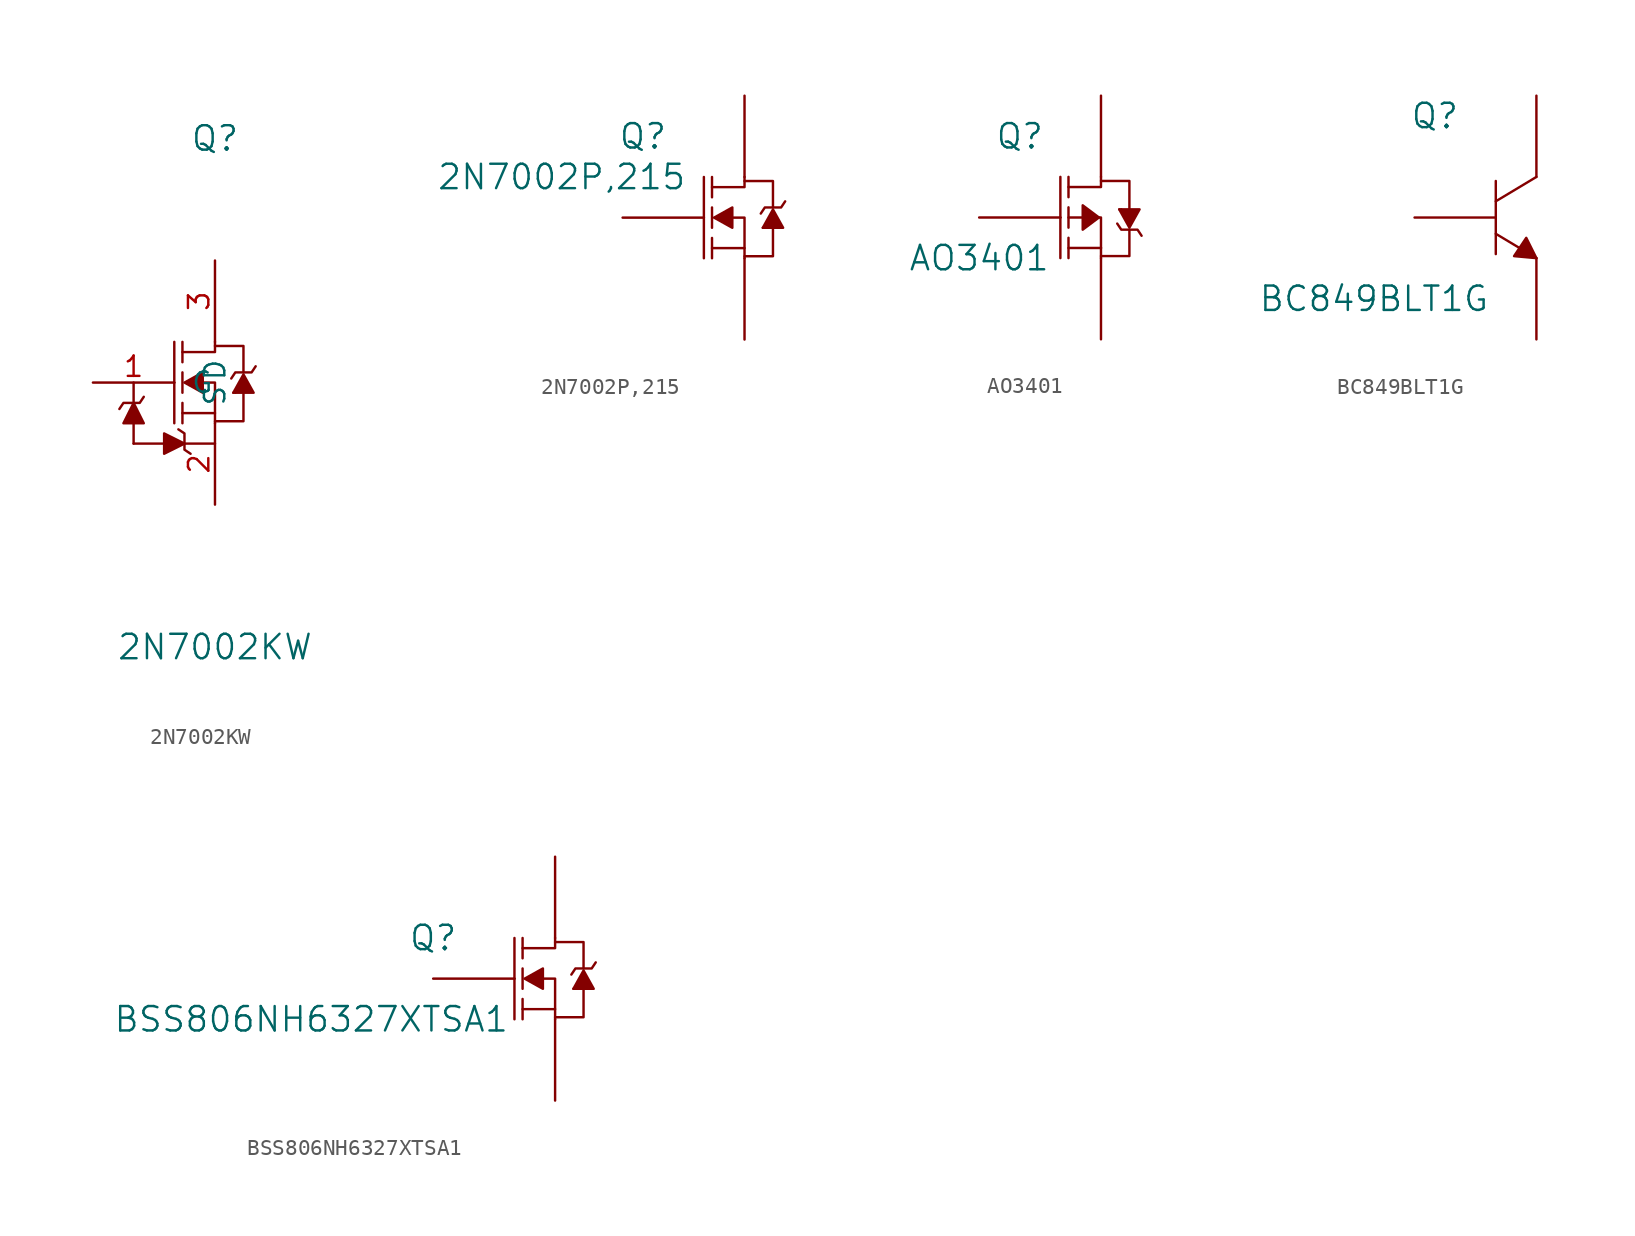
<source format=kicad_sym>
(kicad_symbol_lib
  (version 20231120)
  (generator "kicad_symbol_editor")
  (generator_version "8.0")
  (symbol "2N7002KW"
    (pin_names
      (offset 1.016))
    (property "Reference" "Q"
      (at 0 10.16 0)
      (effects (font (size 1.524 1.524))))
    (property "Value" "2N7002KW"
      (at 0 -21.59 0)
      (effects (font (size 1.524 1.524))))
    (symbol "2N7002KW_0_1"
      (rectangle (start -5.08 -8.89) (end -3.175 -8.89) (stroke (width 0) (type default)) (fill (type none)))
      (rectangle (start -5.08 -7.62) (end -5.08 -8.89) (stroke (width 0) (type default)) (fill (type none)))
      (rectangle (start -5.08 -5.08) (end -5.08 -6.35) (stroke (width 0) (type default)) (fill (type none)))
      (rectangle (start -1.905 -8.89) (end 0 -8.89) (stroke (width 0) (type default)) (fill (type none)))
      (polyline (pts (xy -5.08 -6.35) (xy -5.715 -7.62) (xy -4.445 -7.62) (xy -5.08 -6.35)) (stroke (width 0) (type default)) (fill (type outline))))
    (symbol "2N7002KW_1_1"
      (polyline (pts (xy -2.54 -5.08) (xy -2.54 -7.62)) (stroke (width 0) (type default)) (fill (type none)))
      (polyline (pts (xy -2.54 -5.08) (xy -2.54 -2.54)) (stroke (width 0) (type default)) (fill (type none)))
      (polyline (pts (xy -2.032 -6.35) (xy -2.032 -7.62)) (stroke (width 0) (type default)) (fill (type none)))
      (polyline (pts (xy -2.032 -5.715) (xy -2.032 -4.445)) (stroke (width 0) (type default)) (fill (type none)))
      (polyline (pts (xy -2.032 -3.81) (xy -2.032 -2.54)) (stroke (width 0) (type default)) (fill (type none)))
      (polyline (pts (xy 0 -7.62) (xy 0 -6.985)) (stroke (width 0) (type default)) (fill (type none)))
      (polyline (pts (xy 1.27 -5.715) (xy 1.143 -5.715)) (stroke (width 0) (type default)) (fill (type none)))
      (polyline (pts (xy -2.032 -3.175) (xy 0 -3.175) (xy 0 -2.54)) (stroke (width 0) (type default)) (fill (type none)))
      (polyline (pts (xy 1.778 -5.715) (xy 1.778 -7.493) (xy 0 -7.493)) (stroke (width 0) (type default)) (fill (type none)))
      (polyline (pts (xy 1.778 -4.445) (xy 1.778 -2.794) (xy 0 -2.794)) (stroke (width 0) (type default)) (fill (type none)))
      (polyline (pts (xy -5.969 -6.731) (xy -5.715 -6.35) (xy -4.699 -6.35) (xy -4.445 -5.969)) (stroke (width 0) (type default)) (fill (type none)))
      (polyline (pts (xy -2.286 -8.001) (xy -1.905 -8.255) (xy -1.905 -9.271) (xy -1.524 -9.525)) (stroke (width 0) (type default)) (fill (type none)))
      (polyline (pts (xy -2.032 -6.985) (xy 0 -6.985) (xy 0 -5.08) (xy -0.762 -5.08)) (stroke (width 0) (type default)) (fill (type none)))
      (polyline (pts (xy -1.905 -8.89) (xy -3.175 -8.255) (xy -3.175 -9.525) (xy -1.905 -8.89)) (stroke (width 0) (type default)) (fill (type outline)))
      (polyline (pts (xy -1.905 -5.08) (xy -0.762 -4.445) (xy -0.762 -5.715) (xy -1.905 -5.08)) (stroke (width 0) (type default)) (fill (type outline)))
      (polyline (pts (xy 1.016 -4.826) (xy 1.27 -4.445) (xy 2.286 -4.445) (xy 2.54 -4.064)) (stroke (width 0) (type default)) (fill (type none)))
      (polyline (pts (xy 1.143 -5.715) (xy 1.778 -4.572) (xy 2.413 -5.715) (xy 1.27 -5.715)) (stroke (width 0) (type default)) (fill (type outline)))
      (pin input line (at -7.62 -5.08 0) (length 5.08) (name "G" (effects (font (size 1.27 1.27)))) (number "1" (effects (font (size 1.27 1.27)))))
      (pin input line (at 0 -12.7 90) (length 5.08) (name "S" (effects (font (size 1.27 1.27)))) (number "2" (effects (font (size 1.27 1.27)))))
      (pin input line (at 0 2.54 270) (length 5.08) (name "D" (effects (font (size 1.27 1.27)))) (number "3" (effects (font (size 1.27 1.27)))))))
  (symbol "2N7002P,215"
    (pin_numbers hide)
    (pin_names
      (offset 0) hide)
    (property "Reference" "Q"
      (at -3.81 5.08 0)
      (effects (font (size 1.524 1.524))))
    (property "Value" "2N7002P,215"
      (at -8.89 2.54 0)
      (effects (font (size 1.524 1.524))))
    (symbol "2N7002P,215_0_1"
      (polyline (pts (xy 0 0) (xy 0 -2.54)) (stroke (width 0) (type default)) (fill (type none)))
      (polyline (pts (xy 0 0) (xy 0 2.54)) (stroke (width 0) (type default)) (fill (type none)))
      (polyline (pts (xy 0.508 -1.27) (xy 0.508 -2.54)) (stroke (width 0) (type default)) (fill (type none)))
      (polyline (pts (xy 0.508 -0.635) (xy 0.508 0.635)) (stroke (width 0) (type default)) (fill (type none)))
      (polyline (pts (xy 0.508 1.27) (xy 0.508 2.54)) (stroke (width 0) (type default)) (fill (type none)))
      (polyline (pts (xy 2.54 -2.54) (xy 2.54 -1.905)) (stroke (width 0) (type default)) (fill (type none)))
      (polyline (pts (xy 3.81 -0.635) (xy 3.683 -0.635)) (stroke (width 0) (type default)) (fill (type none)))
      (polyline (pts (xy 0.508 1.905) (xy 2.54 1.905) (xy 2.54 2.54)) (stroke (width 0) (type default)) (fill (type none)))
      (polyline (pts (xy 4.318 -0.635) (xy 4.318 -2.413) (xy 2.54 -2.413)) (stroke (width 0) (type default)) (fill (type none)))
      (polyline (pts (xy 4.318 0.635) (xy 4.318 2.286) (xy 2.54 2.286)) (stroke (width 0) (type default)) (fill (type none)))
      (polyline (pts (xy 0.508 -1.905) (xy 2.54 -1.905) (xy 2.54 0) (xy 1.778 0)) (stroke (width 0) (type default)) (fill (type none)))
      (polyline (pts (xy 0.635 0) (xy 1.778 0.635) (xy 1.778 -0.635) (xy 0.635 0)) (stroke (width 0) (type default)) (fill (type outline)))
      (polyline (pts (xy 3.556 0.254) (xy 3.81 0.635) (xy 4.826 0.635) (xy 5.08 1.016)) (stroke (width 0) (type default)) (fill (type none)))
      (polyline (pts (xy 3.683 -0.635) (xy 4.318 0.508) (xy 4.953 -0.635) (xy 3.81 -0.635)) (stroke (width 0) (type default)) (fill (type outline))))
    (symbol "2N7002P,215_1_1"
      (pin input line (at -5.08 0 0) (length 5.08) (name "G" (effects (font (size 1.27 1.27)))) (number "1" (effects (font (size 1.27 1.27)))))
      (pin input line (at 2.54 -7.62 90) (length 5.08) (name "S" (effects (font (size 1.27 1.27)))) (number "2" (effects (font (size 1.27 1.27)))))
      (pin input line (at 2.54 7.62 270) (length 5.08) (name "D" (effects (font (size 1.27 1.27)))) (number "3" (effects (font (size 1.27 1.27)))))))
  (symbol "AO3401"
    (pin_numbers hide)
    (pin_names
      (offset 0) hide)
    (property "Reference" "Q"
      (at -2.54 5.08 0)
      (effects (font (size 1.524 1.524))))
    (property "Value" "AO3401"
      (at -5.08 -2.54 0)
      (effects (font (size 1.524 1.524))))
    (symbol "AO3401_0_1"
      (polyline (pts (xy 0 0) (xy 0 -2.54)) (stroke (width 0) (type default)) (fill (type none)))
      (polyline (pts (xy 0 0) (xy 0 2.54)) (stroke (width 0) (type default)) (fill (type none)))
      (polyline (pts (xy 0.508 -1.905) (xy 2.54 -1.905)) (stroke (width 0) (type default)) (fill (type none)))
      (polyline (pts (xy 0.508 -1.27) (xy 0.508 -2.54)) (stroke (width 0) (type default)) (fill (type none)))
      (polyline (pts (xy 0.508 -0.635) (xy 0.508 0.635)) (stroke (width 0) (type default)) (fill (type none)))
      (polyline (pts (xy 0.508 0) (xy 1.397 0)) (stroke (width 0) (type default)) (fill (type none)))
      (polyline (pts (xy 0.508 1.27) (xy 0.508 2.54)) (stroke (width 0) (type default)) (fill (type none)))
      (polyline (pts (xy 2.54 -2.54) (xy 2.54 -1.905)) (stroke (width 0) (type default)) (fill (type none)))
      (polyline (pts (xy 3.81 0.508) (xy 3.683 0.508)) (stroke (width 0) (type default)) (fill (type none)))
      (polyline (pts (xy 0.508 1.905) (xy 2.54 1.905) (xy 2.54 2.54)) (stroke (width 0) (type default)) (fill (type none)))
      (polyline (pts (xy 2.413 0) (xy 2.54 0) (xy 2.54 -1.905)) (stroke (width 0) (type default)) (fill (type none)))
      (polyline (pts (xy 4.318 -0.762) (xy 4.318 -2.413) (xy 2.54 -2.413)) (stroke (width 0) (type default)) (fill (type none)))
      (polyline (pts (xy 4.318 0.508) (xy 4.318 2.286) (xy 2.54 2.286)) (stroke (width 0) (type default)) (fill (type none)))
      (polyline (pts (xy 2.413 0) (xy 1.397 0.762) (xy 1.397 -0.762) (xy 2.413 0)) (stroke (width 0) (type default)) (fill (type outline)))
      (polyline (pts (xy 3.556 -0.381) (xy 3.81 -0.762) (xy 4.826 -0.762) (xy 5.08 -1.143)) (stroke (width 0) (type default)) (fill (type none)))
      (polyline (pts (xy 3.683 0.508) (xy 4.318 -0.635) (xy 4.953 0.508) (xy 3.81 0.508)) (stroke (width 0) (type default)) (fill (type outline))))
    (symbol "AO3401_1_1"
      (pin input line (at -5.08 0 0) (length 5.08) (name "G" (effects (font (size 1.27 1.27)))) (number "1" (effects (font (size 1.27 1.27)))))
      (pin input line (at 2.54 -7.62 90) (length 5.08) (name "S" (effects (font (size 1.27 1.27)))) (number "2" (effects (font (size 1.27 1.27)))))
      (pin input line (at 2.54 7.62 270) (length 5.08) (name "D" (effects (font (size 1.27 1.27)))) (number "3" (effects (font (size 1.27 1.27)))))))
  (symbol "BC849BLT1G"
    (pin_numbers hide)
    (pin_names
      (offset 0) hide)
    (property "Reference" "Q"
      (at -3.81 6.35 0)
      (effects (font (size 1.524 1.524))))
    (property "Value" "BC849BLT1G"
      (at -7.62 -5.08 0)
      (effects (font (size 1.524 1.524))))
    (symbol "BC849BLT1G_0_1"
      (polyline (pts (xy 0 2.286) (xy 0 -2.286)) (stroke (width 0) (type default)) (fill (type none)))
      (polyline (pts (xy 2.54 -2.54) (xy 0 -1.016)) (stroke (width 0) (type default)) (fill (type none)))
      (polyline (pts (xy 2.54 2.54) (xy 0 1.016)) (stroke (width 0) (type default)) (fill (type none)))
      (polyline (pts (xy 2.54 -2.54) (xy 1.905 -1.27) (xy 1.143 -2.413) (xy 2.54 -2.54)) (stroke (width 0) (type default)) (fill (type outline))))
    (symbol "BC849BLT1G_1_1"
      (pin input line (at -5.08 0 0) (length 5.08) (name "B" (effects (font (size 1.27 1.27)))) (number "1" (effects (font (size 1.27 1.27)))))
      (pin input line (at 2.54 -7.62 90) (length 5.08) (name "E" (effects (font (size 1.27 1.27)))) (number "2" (effects (font (size 1.27 1.27)))))
      (pin input line (at 2.54 7.62 270) (length 5.08) (name "C" (effects (font (size 1.27 1.27)))) (number "3" (effects (font (size 1.27 1.27)))))))
  (symbol "BSS806NH6327XTSA1"
    (pin_numbers hide)
    (pin_names
      (offset 0) hide)
    (property "Reference" "Q"
      (at -5.08 2.54 0)
      (effects (font (size 1.524 1.524))))
    (property "Value" "BSS806NH6327XTSA1"
      (at -12.7 -2.54 0)
      (effects (font (size 1.524 1.524))))
    (symbol "BSS806NH6327XTSA1_0_1"
      (polyline (pts (xy 0 0) (xy 0 -2.54)) (stroke (width 0) (type default)) (fill (type none)))
      (polyline (pts (xy 0 0) (xy 0 2.54)) (stroke (width 0) (type default)) (fill (type none)))
      (polyline (pts (xy 0.508 -1.27) (xy 0.508 -2.54)) (stroke (width 0) (type default)) (fill (type none)))
      (polyline (pts (xy 0.508 -0.635) (xy 0.508 0.635)) (stroke (width 0) (type default)) (fill (type none)))
      (polyline (pts (xy 0.508 1.27) (xy 0.508 2.54)) (stroke (width 0) (type default)) (fill (type none)))
      (polyline (pts (xy 2.54 -2.54) (xy 2.54 -1.905)) (stroke (width 0) (type default)) (fill (type none)))
      (polyline (pts (xy 3.81 -0.635) (xy 3.683 -0.635)) (stroke (width 0) (type default)) (fill (type none)))
      (polyline (pts (xy 0.508 1.905) (xy 2.54 1.905) (xy 2.54 2.54)) (stroke (width 0) (type default)) (fill (type none)))
      (polyline (pts (xy 4.318 -0.635) (xy 4.318 -2.413) (xy 2.54 -2.413)) (stroke (width 0) (type default)) (fill (type none)))
      (polyline (pts (xy 4.318 0.635) (xy 4.318 2.286) (xy 2.54 2.286)) (stroke (width 0) (type default)) (fill (type none)))
      (polyline (pts (xy 0.508 -1.905) (xy 2.54 -1.905) (xy 2.54 0) (xy 1.778 0)) (stroke (width 0) (type default)) (fill (type none)))
      (polyline (pts (xy 0.635 0) (xy 1.778 0.635) (xy 1.778 -0.635) (xy 0.635 0)) (stroke (width 0) (type default)) (fill (type outline)))
      (polyline (pts (xy 3.556 0.254) (xy 3.81 0.635) (xy 4.826 0.635) (xy 5.08 1.016)) (stroke (width 0) (type default)) (fill (type none)))
      (polyline (pts (xy 3.683 -0.635) (xy 4.318 0.508) (xy 4.953 -0.635) (xy 3.81 -0.635)) (stroke (width 0) (type default)) (fill (type outline))))
    (symbol "BSS806NH6327XTSA1_1_1"
      (pin input line (at -5.08 0 0) (length 5.08) (name "G" (effects (font (size 1.27 1.27)))) (number "1" (effects (font (size 1.27 1.27)))))
      (pin input line (at 2.54 -7.62 90) (length 5.08) (name "S" (effects (font (size 1.27 1.27)))) (number "2" (effects (font (size 1.27 1.27)))))
      (pin input line (at 2.54 7.62 270) (length 5.08) (name "D" (effects (font (size 1.27 1.27)))) (number "3" (effects (font (size 1.27 1.27))))))))
</source>
